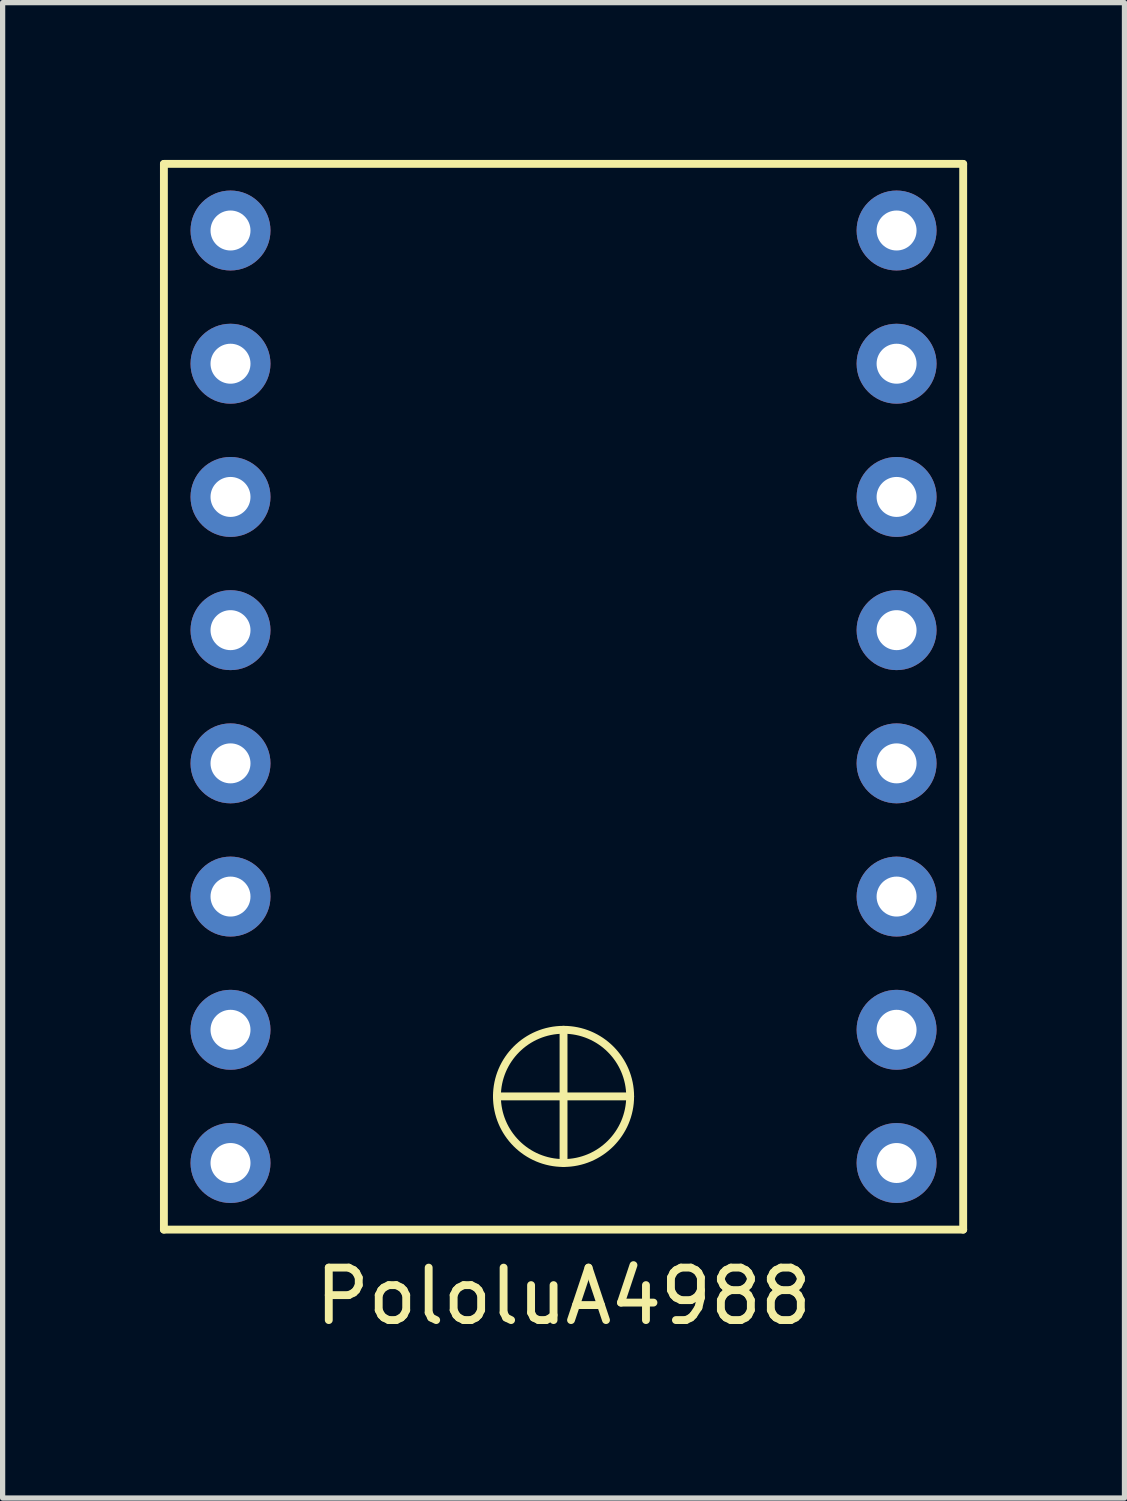
<source format=kicad_pcb>
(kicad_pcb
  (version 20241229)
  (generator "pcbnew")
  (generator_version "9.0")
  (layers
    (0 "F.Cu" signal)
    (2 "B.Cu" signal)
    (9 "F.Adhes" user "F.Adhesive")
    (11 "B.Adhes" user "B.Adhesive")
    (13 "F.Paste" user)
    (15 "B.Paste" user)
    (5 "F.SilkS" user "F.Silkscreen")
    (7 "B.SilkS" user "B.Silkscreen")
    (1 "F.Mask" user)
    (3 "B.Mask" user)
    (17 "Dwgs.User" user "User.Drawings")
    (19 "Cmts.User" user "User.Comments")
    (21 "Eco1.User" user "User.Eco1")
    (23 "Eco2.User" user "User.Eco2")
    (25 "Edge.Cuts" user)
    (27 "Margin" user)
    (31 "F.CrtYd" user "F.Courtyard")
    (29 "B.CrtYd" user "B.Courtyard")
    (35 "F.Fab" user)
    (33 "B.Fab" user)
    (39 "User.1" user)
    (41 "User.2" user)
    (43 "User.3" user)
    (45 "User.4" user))
  (footprint "PololuA4988"
    (layer "F.Cu")
    (at 6.425 11.505)
    (property "Reference" "PololuA4988" (at 1.27 10.16 0) (layer "F.SilkS") (effects (font (size 1 1) (thickness 0.15))))
    (attr through_hole)
    (fp_line (start -6.35 -11.43) (end -6.35 8.89) (stroke (width 0.15) (type solid)) (layer "F.SilkS"))
    (fp_line (start -6.35 8.89) (end 8.89 8.89) (stroke (width 0.15) (type solid)) (layer "F.SilkS"))
    (fp_line (start 0 6.35) (end 2.54 6.35) (stroke (width 0.15) (type solid)) (layer "F.SilkS"))
    (fp_line (start 1.27 5.08) (end 1.27 7.62) (stroke (width 0.15) (type solid)) (layer "F.SilkS"))
    (fp_line (start 8.89 -11.43) (end -6.35 -11.43) (stroke (width 0.15) (type solid)) (layer "F.SilkS"))
    (fp_line (start 8.89 8.89) (end 8.89 -11.43) (stroke (width 0.15) (type solid)) (layer "F.SilkS"))
    (fp_circle (center 1.27 6.35) (end 2.54 6.35) (stroke (width 0.15) (type solid)) (fill no) (layer "F.SilkS"))
    (pad "1" thru_hole circle (at -5.08 -10.16) (size 1.524 1.524) (drill 0.762) (layers "*.Cu" "*.Mask"))
    (pad "2" thru_hole circle (at -5.08 -7.62) (size 1.524 1.524) (drill 0.762) (layers "*.Cu" "*.Mask"))
    (pad "3" thru_hole circle (at -5.08 -5.08) (size 1.524 1.524) (drill 0.762) (layers "*.Cu" "*.Mask"))
    (pad "4" thru_hole circle (at -5.08 -2.54) (size 1.524 1.524) (drill 0.762) (layers "*.Cu" "*.Mask"))
    (pad "5" thru_hole circle (at -5.08 0) (size 1.524 1.524) (drill 0.762) (layers "*.Cu" "*.Mask"))
    (pad "6" thru_hole circle (at -5.08 2.54) (size 1.524 1.524) (drill 0.762) (layers "*.Cu" "*.Mask"))
    (pad "7" thru_hole circle (at -5.08 5.08) (size 1.524 1.524) (drill 0.762) (layers "*.Cu" "*.Mask"))
    (pad "8" thru_hole circle (at -5.08 7.62) (size 1.524 1.524) (drill 0.762) (layers "*.Cu" "*.Mask"))
    (pad "9" thru_hole circle (at 7.62 7.62) (size 1.524 1.524) (drill 0.762) (layers "*.Cu" "*.Mask"))
    (pad "10" thru_hole circle (at 7.62 5.08) (size 1.524 1.524) (drill 0.762) (layers "*.Cu" "*.Mask"))
    (pad "11" thru_hole circle (at 7.62 2.54) (size 1.524 1.524) (drill 0.762) (layers "*.Cu" "*.Mask"))
    (pad "12" thru_hole circle (at 7.62 0) (size 1.524 1.524) (drill 0.762) (layers "*.Cu" "*.Mask"))
    (pad "13" thru_hole circle (at 7.62 -2.54) (size 1.524 1.524) (drill 0.762) (layers "*.Cu" "*.Mask"))
    (pad "14" thru_hole circle (at 7.62 -5.08) (size 1.524 1.524) (drill 0.762) (layers "*.Cu" "*.Mask"))
    (pad "15" thru_hole circle (at 7.62 -7.62) (size 1.524 1.524) (drill 0.762) (layers "*.Cu" "*.Mask"))
    (pad "16" thru_hole circle (at 7.62 -10.16) (size 1.524 1.524) (drill 0.762) (layers "*.Cu" "*.Mask")))
  (gr_rect
    (start -3 -3)
    (end 18.39 25.513)
    (stroke (width 0.1) (type default))
    (fill no)
    (layer "Edge.Cuts")))
</source>
